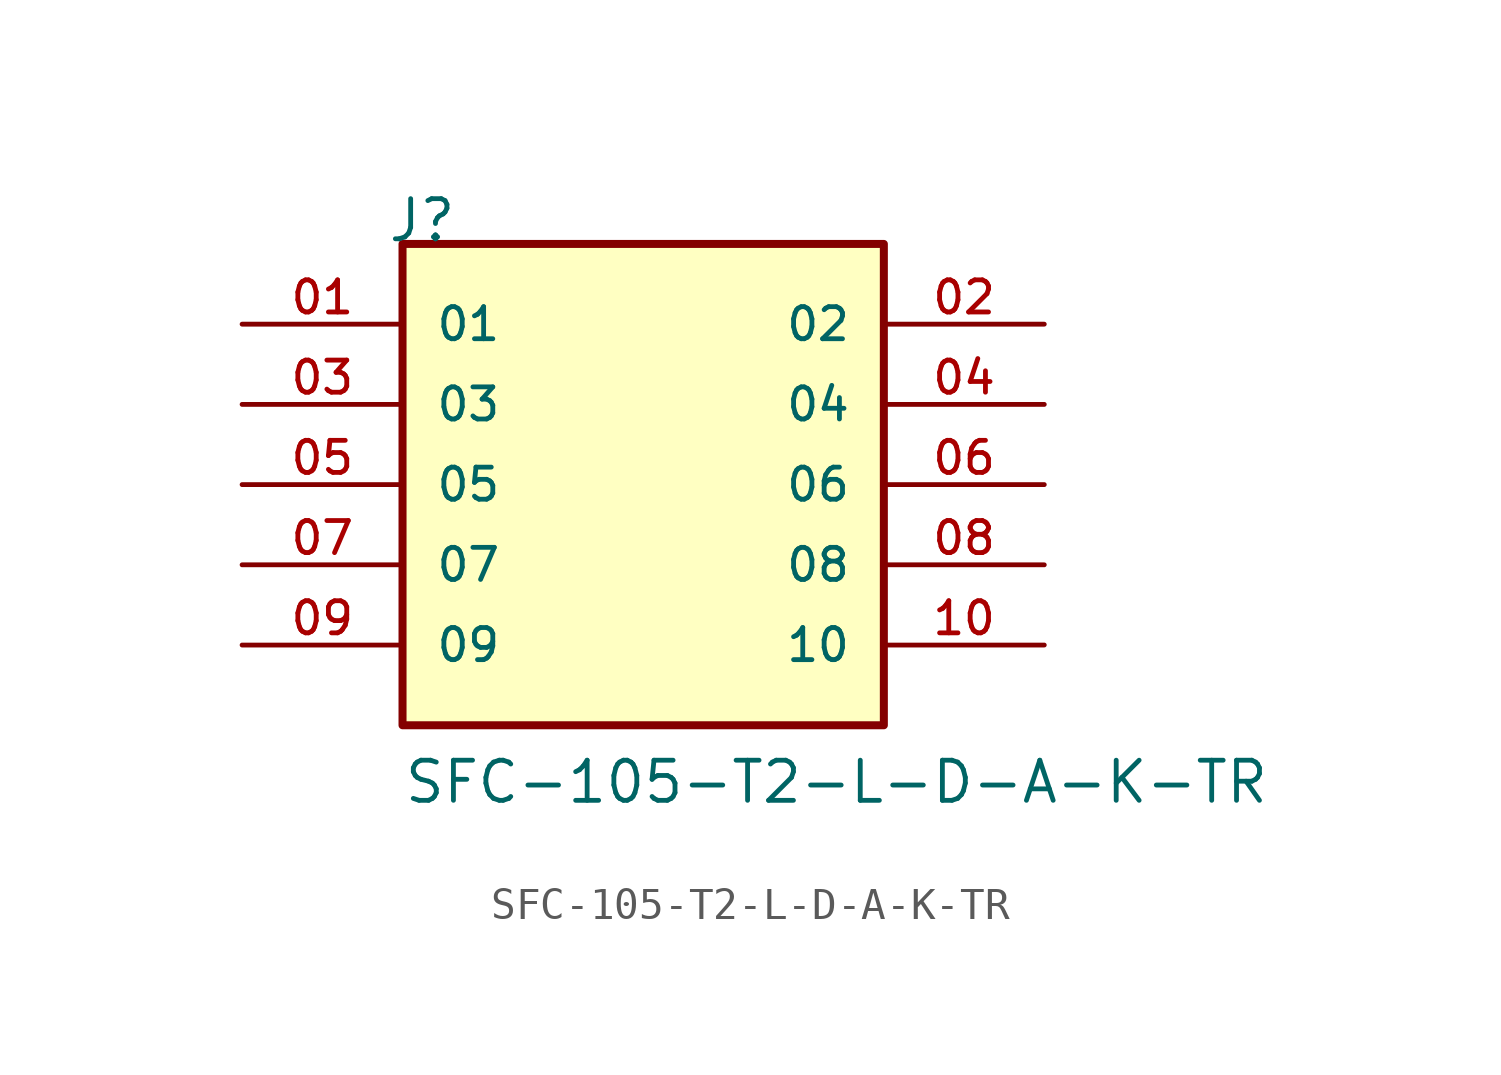
<source format=kicad_sym>
(kicad_symbol_lib
  (version 20220914)
  (generator kicad_symbol_editor)
  (symbol "SFC-105-T2-L-D-A-K-TR"
    (pin_names
      (offset 1.016))
    (property "Reference" "J"
      (at -8.128 7.62 0)
      (effects (font (size 1.27 1.27)) (justify left bottom)))
    (property "Value" "SFC-105-T2-L-D-A-K-TR"
      (at -7.62 -10.16 0)
      (effects (font (size 1.27 1.27)) (justify left bottom)))
    (property "ki_locked" ""
      (at 0 0 0)
      (effects (font (size 1.27 1.27))))
    (symbol "SFC-105-T2-L-D-A-K-TR_0_0"
      (rectangle (start -7.62 -7.62) (end 7.62 7.62) (stroke (width 0.254) (type solid)) (fill (type background)))
      (pin passive line (at -12.7 5.08 0) (length 5.08) (name "01" (effects (font (size 1.016 1.016)))) (number "01" (effects (font (size 1.016 1.016)))))
      (pin passive line (at 12.7 5.08 180) (length 5.08) (name "02" (effects (font (size 1.016 1.016)))) (number "02" (effects (font (size 1.016 1.016)))))
      (pin passive line (at -12.7 2.54 0) (length 5.08) (name "03" (effects (font (size 1.016 1.016)))) (number "03" (effects (font (size 1.016 1.016)))))
      (pin passive line (at 12.7 2.54 180) (length 5.08) (name "04" (effects (font (size 1.016 1.016)))) (number "04" (effects (font (size 1.016 1.016)))))
      (pin passive line (at -12.7 0 0) (length 5.08) (name "05" (effects (font (size 1.016 1.016)))) (number "05" (effects (font (size 1.016 1.016)))))
      (pin passive line (at 12.7 0 180) (length 5.08) (name "06" (effects (font (size 1.016 1.016)))) (number "06" (effects (font (size 1.016 1.016)))))
      (pin passive line (at -12.7 -2.54 0) (length 5.08) (name "07" (effects (font (size 1.016 1.016)))) (number "07" (effects (font (size 1.016 1.016)))))
      (pin passive line (at 12.7 -2.54 180) (length 5.08) (name "08" (effects (font (size 1.016 1.016)))) (number "08" (effects (font (size 1.016 1.016)))))
      (pin passive line (at -12.7 -5.08 0) (length 5.08) (name "09" (effects (font (size 1.016 1.016)))) (number "09" (effects (font (size 1.016 1.016)))))
      (pin passive line (at 12.7 -5.08 180) (length 5.08) (name "10" (effects (font (size 1.016 1.016)))) (number "10" (effects (font (size 1.016 1.016))))))))
</source>
